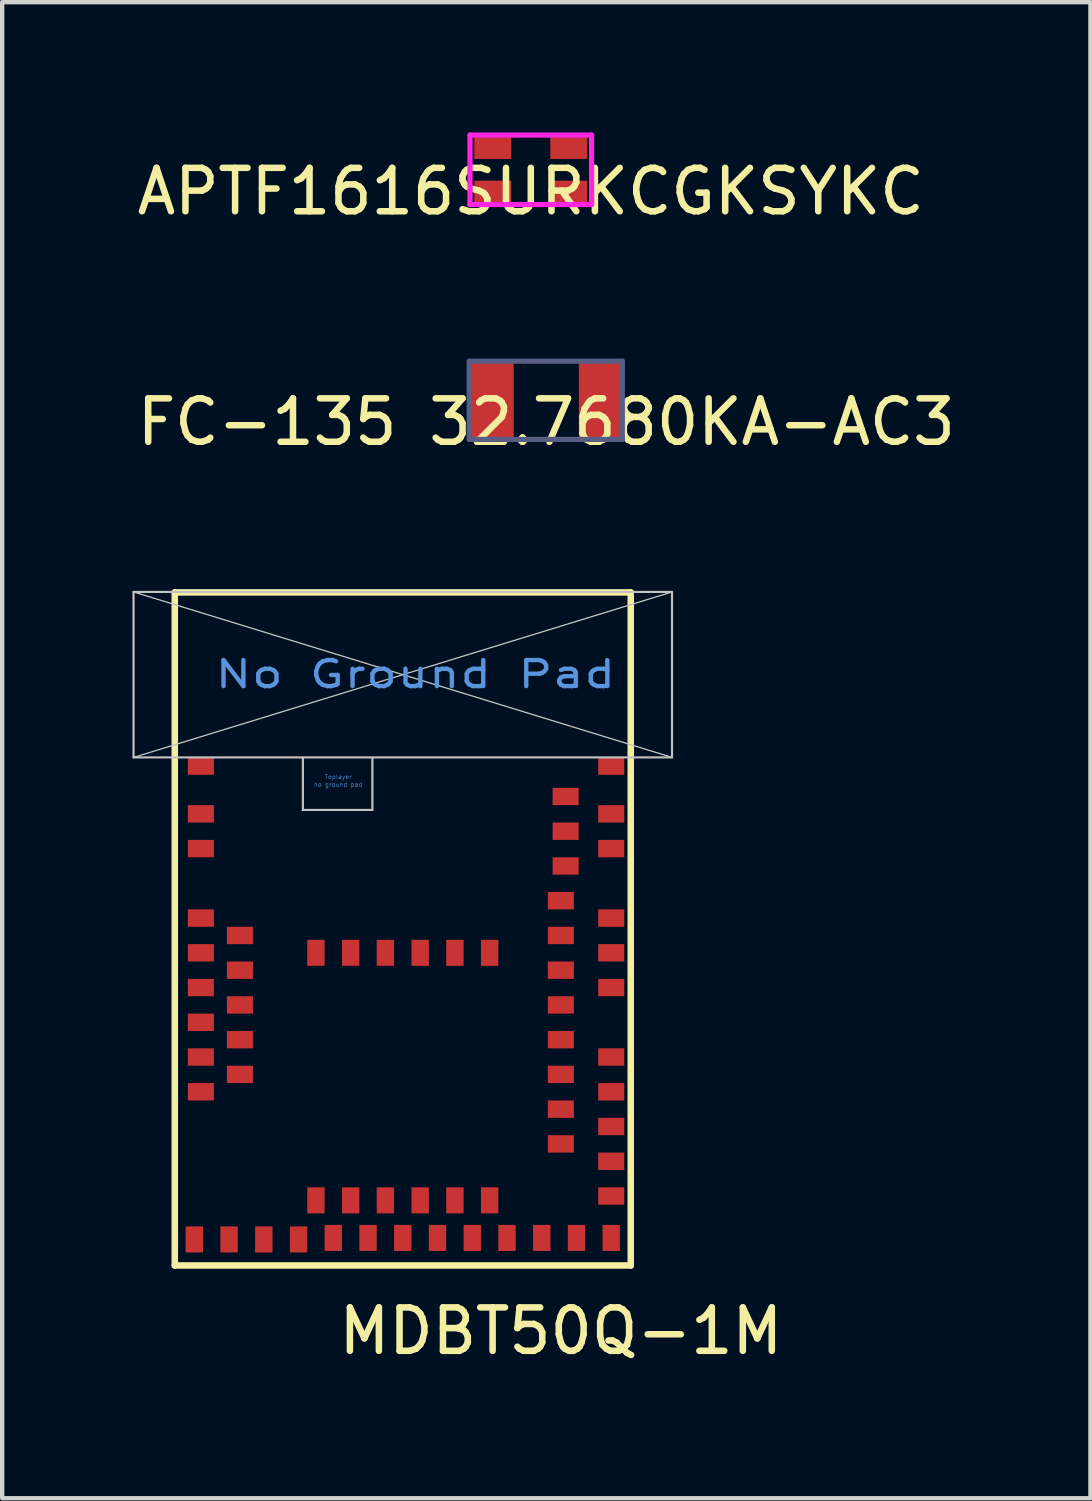
<source format=kicad_pcb>
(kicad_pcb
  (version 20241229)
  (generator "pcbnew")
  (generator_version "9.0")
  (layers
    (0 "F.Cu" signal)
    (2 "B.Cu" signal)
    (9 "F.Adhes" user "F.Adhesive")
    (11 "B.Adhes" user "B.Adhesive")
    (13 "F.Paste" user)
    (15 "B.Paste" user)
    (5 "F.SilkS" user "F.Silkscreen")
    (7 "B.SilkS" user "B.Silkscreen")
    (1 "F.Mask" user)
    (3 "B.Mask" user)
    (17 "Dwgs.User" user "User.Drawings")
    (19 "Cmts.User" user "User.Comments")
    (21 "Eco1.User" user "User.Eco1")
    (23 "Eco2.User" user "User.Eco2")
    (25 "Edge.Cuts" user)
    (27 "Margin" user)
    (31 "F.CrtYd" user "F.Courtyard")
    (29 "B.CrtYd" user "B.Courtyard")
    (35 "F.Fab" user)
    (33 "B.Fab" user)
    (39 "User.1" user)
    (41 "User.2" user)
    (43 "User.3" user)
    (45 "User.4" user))
  (footprint "FC-135 32.7680KA-AC3"
    (layer "F.Cu")
    (at 9.53 6.168)
    (property "Reference" "FC-135 32.7680KA-AC3" (at 0 0.5 0) (layer "F.SilkS") (effects (font (size 1 1) (thickness 0.15))))
    (attr through_hole)
    (fp_line (start -1.775 0.9) (end -1.775 -0.9) (stroke (width 0.12) (type solid)) (layer "B.Fab"))
    (fp_line (start -1.75 -0.9) (end 1.75 -0.9) (stroke (width 0.12) (type solid)) (layer "B.Fab"))
    (fp_line (start 1.75 -0.9) (end 1.75 0.9) (stroke (width 0.12) (type solid)) (layer "B.Fab"))
    (fp_line (start 1.75 0.9) (end -1.775 0.9) (stroke (width 0.12) (type solid)) (layer "B.Fab"))
    (pad "1" smd rect (at 1.25 0) (size 1 1.8) (layers "F.Cu" "F.Mask" "F.Paste"))
    (pad "2" smd rect (at -1.25 0) (size 1 1.8) (layers "F.Cu" "F.Mask" "F.Paste")))
  (footprint "MDBT50Q-1M"
    (layer "F.Cu")
    (at 0.975 26.091)
    (property "Reference" "MDBT50Q-1M" (at 8.89 1.51 0) (layer "F.SilkS") (effects (font (size 1 1) (thickness 0.15))))
    (attr through_hole)
    (fp_line (start 0 -15.5) (end 0 0) (stroke (width 0.15) (type solid)) (layer "F.SilkS"))
    (fp_line (start 0 -15.5) (end 10.5 -15.5) (stroke (width 0.15) (type solid)) (layer "F.SilkS"))
    (fp_line (start 0 0) (end 10.5 0) (stroke (width 0.15) (type solid)) (layer "F.SilkS"))
    (fp_line (start 10.5 -15.5) (end 10.5 0) (stroke (width 0.15) (type solid)) (layer "F.SilkS"))
    (fp_line (start -0.95 -15.51) (end 11.45 -15.51) (stroke (width 0.05) (type solid)) (layer "Dwgs.User"))
    (fp_line (start -0.95 -11.7) (end -0.95 -15.51) (stroke (width 0.05) (type solid)) (layer "Dwgs.User"))
    (fp_line (start 2.95 -11.69) (end 2.95 -10.49) (stroke (width 0.05) (type solid)) (layer "Dwgs.User"))
    (fp_line (start 2.95 -10.49) (end 4.55 -10.49) (stroke (width 0.05) (type solid)) (layer "Dwgs.User"))
    (fp_line (start 4.55 -11.69) (end 4.55 -10.49) (stroke (width 0.05) (type solid)) (layer "Dwgs.User"))
    (fp_line (start 11.45 -15.51) (end -0.95 -11.7) (stroke (width 0.03) (type solid)) (layer "Dwgs.User"))
    (fp_line (start 11.45 -11.7) (end -0.95 -15.51) (stroke (width 0.03) (type solid)) (layer "Dwgs.User"))
    (fp_line (start 11.45 -11.7) (end -0.95 -11.7) (stroke (width 0.05) (type solid)) (layer "Dwgs.User"))
    (fp_line (start 11.45 -11.7) (end 11.45 -15.51) (stroke (width 0.05) (type solid)) (layer "Dwgs.User"))
    (fp_text user "No Ground Pad" (at 5.541 -13.614 0) (layer "Cmts.User") (effects (font (size 0.6 0.8) (thickness 0.1))))
    (fp_text user "no ground pad" (at 3.763 -11.074 0) (layer "Cmts.User") (effects (font (size 0.1 0.1) (thickness 0.01))))
    (fp_text user "Toplayer" (at 3.763 -11.252 0) (layer "Cmts.User") (effects (font (size 0.1 0.1) (thickness 0.01))))
    (pad "1" smd rect (at 0.6 -11.5) (size 0.6 0.4) (layers "F.Cu" "F.Mask" "F.Paste"))
    (pad "2" smd rect (at 0.6 -10.4) (size 0.6 0.4) (layers "F.Cu" "F.Mask" "F.Paste"))
    (pad "3" smd rect (at 0.6 -9.6) (size 0.6 0.4) (layers "F.Cu" "F.Mask" "F.Paste"))
    (pad "4" smd rect (at 0.6 -8) (size 0.6 0.4) (layers "F.Cu" "F.Mask" "F.Paste"))
    (pad "5" smd rect (at 1.5 -7.6) (size 0.6 0.4) (layers "F.Cu" "F.Mask" "F.Paste"))
    (pad "6" smd rect (at 0.6 -7.2) (size 0.6 0.4) (layers "F.Cu" "F.Mask" "F.Paste"))
    (pad "7" smd rect (at 1.5 -6.8) (size 0.6 0.4) (layers "F.Cu" "F.Mask" "F.Paste"))
    (pad "8" smd rect (at 0.6 -6.4) (size 0.6 0.4) (layers "F.Cu" "F.Mask" "F.Paste"))
    (pad "9" smd rect (at 1.5 -6) (size 0.6 0.4) (layers "F.Cu" "F.Mask" "F.Paste"))
    (pad "10" smd rect (at 0.6 -5.6) (size 0.6 0.4) (layers "F.Cu" "F.Mask" "F.Paste"))
    (pad "11" smd rect (at 1.5 -5.2) (size 0.6 0.4) (layers "F.Cu" "F.Mask" "F.Paste"))
    (pad "12" smd rect (at 0.6 -4.8) (size 0.6 0.4) (layers "F.Cu" "F.Mask" "F.Paste"))
    (pad "13" smd rect (at 1.5 -4.4) (size 0.6 0.4) (layers "F.Cu" "F.Mask" "F.Paste"))
    (pad "14" smd rect (at 0.6 -4) (size 0.6 0.4) (layers "F.Cu" "F.Mask" "F.Paste"))
    (pad "15" smd rect (at 0.45 -0.6 90) (size 0.6 0.4) (layers "F.Cu" "F.Mask" "F.Paste"))
    (pad "16" smd rect (at 1.25 -0.6 90) (size 0.6 0.4) (layers "F.Cu" "F.Mask" "F.Paste"))
    (pad "17" smd rect (at 2.05 -0.6 90) (size 0.6 0.4) (layers "F.Cu" "F.Mask" "F.Paste"))
    (pad "18" smd rect (at 2.85 -0.6 90) (size 0.6 0.4) (layers "F.Cu" "F.Mask" "F.Paste"))
    (pad "19" smd rect (at 3.25 -1.5 90) (size 0.6 0.4) (layers "F.Cu" "F.Mask" "F.Paste"))
    (pad "20" smd rect (at 3.65 -0.635 90) (size 0.6 0.4) (layers "F.Cu" "F.Mask" "F.Paste"))
    (pad "21" smd rect (at 4.05 -1.5 90) (size 0.6 0.4) (layers "F.Cu" "F.Mask" "F.Paste"))
    (pad "22" smd rect (at 4.45 -0.635 90) (size 0.6 0.4) (layers "F.Cu" "F.Mask" "F.Paste"))
    (pad "23" smd rect (at 4.85 -1.5 90) (size 0.6 0.4) (layers "F.Cu" "F.Mask" "F.Paste"))
    (pad "24" smd rect (at 5.25 -0.635 90) (size 0.6 0.4) (layers "F.Cu" "F.Mask" "F.Paste"))
    (pad "25" smd rect (at 5.65 -1.5 90) (size 0.6 0.4) (layers "F.Cu" "F.Mask" "F.Paste"))
    (pad "26" smd rect (at 6.05 -0.635 90) (size 0.6 0.4) (layers "F.Cu" "F.Mask" "F.Paste"))
    (pad "27" smd rect (at 6.45 -1.5 90) (size 0.6 0.4) (layers "F.Cu" "F.Mask" "F.Paste"))
    (pad "28" smd rect (at 6.85 -0.635 90) (size 0.6 0.4) (layers "F.Cu" "F.Mask" "F.Paste"))
    (pad "29" smd rect (at 7.25 -1.5 90) (size 0.6 0.4) (layers "F.Cu" "F.Mask" "F.Paste"))
    (pad "30" smd rect (at 7.65 -0.635 90) (size 0.6 0.4) (layers "F.Cu" "F.Mask" "F.Paste"))
    (pad "31" smd rect (at 8.45 -0.635 90) (size 0.6 0.4) (layers "F.Cu" "F.Mask" "F.Paste"))
    (pad "32" smd rect (at 9.25 -0.635 90) (size 0.6 0.4) (layers "F.Cu" "F.Mask" "F.Paste"))
    (pad "33" smd rect (at 10.05 -0.635 90) (size 0.6 0.4) (layers "F.Cu" "F.Mask" "F.Paste"))
    (pad "34" smd rect (at 10.05 -1.6) (size 0.6 0.4) (layers "F.Cu" "F.Mask" "F.Paste"))
    (pad "35" smd rect (at 10.05 -2.4) (size 0.6 0.4) (layers "F.Cu" "F.Mask" "F.Paste"))
    (pad "36" smd rect (at 8.89 -2.8) (size 0.6 0.4) (layers "F.Cu" "F.Mask" "F.Paste"))
    (pad "37" smd rect (at 10.05 -3.2) (size 0.6 0.4) (layers "F.Cu" "F.Mask" "F.Paste"))
    (pad "38" smd rect (at 8.89 -3.6) (size 0.6 0.4) (layers "F.Cu" "F.Mask" "F.Paste"))
    (pad "39" smd rect (at 10.05 -4) (size 0.6 0.4) (layers "F.Cu" "F.Mask" "F.Paste"))
    (pad "40" smd rect (at 8.89 -4.4) (size 0.6 0.4) (layers "F.Cu" "F.Mask" "F.Paste"))
    (pad "41" smd rect (at 10.05 -4.8) (size 0.6 0.4) (layers "F.Cu" "F.Mask" "F.Paste"))
    (pad "42" smd rect (at 8.89 -5.2) (size 0.6 0.4) (layers "F.Cu" "F.Mask" "F.Paste"))
    (pad "43" smd rect (at 8.89 -6) (size 0.6 0.4) (layers "F.Cu" "F.Mask" "F.Paste"))
    (pad "44" smd rect (at 10.05 -6.4) (size 0.6 0.4) (layers "F.Cu" "F.Mask" "F.Paste"))
    (pad "45" smd rect (at 8.89 -6.8) (size 0.6 0.4) (layers "F.Cu" "F.Mask" "F.Paste"))
    (pad "46" smd rect (at 10.05 -7.2) (size 0.6 0.4) (layers "F.Cu" "F.Mask" "F.Paste"))
    (pad "47" smd rect (at 8.89 -7.6) (size 0.6 0.4) (layers "F.Cu" "F.Mask" "F.Paste"))
    (pad "48" smd rect (at 10.05 -8) (size 0.6 0.4) (layers "F.Cu" "F.Mask" "F.Paste"))
    (pad "49" smd rect (at 8.89 -8.4) (size 0.6 0.4) (layers "F.Cu" "F.Mask" "F.Paste"))
    (pad "50" smd rect (at 9 -9.2) (size 0.6 0.4) (layers "F.Cu" "F.Mask" "F.Paste"))
    (pad "51" smd rect (at 10.05 -9.6) (size 0.6 0.4) (layers "F.Cu" "F.Mask" "F.Paste"))
    (pad "52" smd rect (at 9 -10) (size 0.6 0.4) (layers "F.Cu" "F.Mask" "F.Paste"))
    (pad "53" smd rect (at 10.05 -10.4) (size 0.6 0.4) (layers "F.Cu" "F.Mask" "F.Paste"))
    (pad "54" smd rect (at 9 -10.8) (size 0.6 0.4) (layers "F.Cu" "F.Mask" "F.Paste"))
    (pad "55" smd rect (at 10.05 -11.5) (size 0.6 0.4) (layers "F.Cu" "F.Mask" "F.Paste"))
    (pad "56" smd rect (at 3.25 -7.2 90) (size 0.6 0.4) (layers "F.Cu" "F.Mask" "F.Paste"))
    (pad "57" smd rect (at 4.05 -7.2 90) (size 0.6 0.4) (layers "F.Cu" "F.Mask" "F.Paste"))
    (pad "58" smd rect (at 4.85 -7.2 90) (size 0.6 0.4) (layers "F.Cu" "F.Mask" "F.Paste"))
    (pad "59" smd rect (at 5.65 -7.2 90) (size 0.6 0.4) (layers "F.Cu" "F.Mask" "F.Paste"))
    (pad "60" smd rect (at 6.45 -7.2 90) (size 0.6 0.4) (layers "F.Cu" "F.Mask" "F.Paste"))
    (pad "61" smd rect (at 7.25 -7.2 90) (size 0.6 0.4) (layers "F.Cu" "F.Mask" "F.Paste")))
  (footprint "APTF1616SURKCGKSYKC"
    (layer "F.Cu")
    (at 9.173 0.86)
    (property "Reference" "APTF1616SURKCGKSYKC" (at 0 0.5 0) (layer "F.SilkS") (effects (font (size 1 1) (thickness 0.15))))
    (attr through_hole)
    (fp_line (start -1.4 -0.8) (end -1.4 0.8) (stroke (width 0.12) (type solid)) (layer "F.CrtYd"))
    (fp_line (start -1.4 0.8) (end 1.4 0.8) (stroke (width 0.12) (type solid)) (layer "F.CrtYd"))
    (fp_line (start 1.4 -0.8) (end -1.4 -0.8) (stroke (width 0.12) (type solid)) (layer "F.CrtYd"))
    (fp_line (start 1.4 0.8) (end 1.4 -0.8) (stroke (width 0.12) (type solid)) (layer "F.CrtYd"))
    (pad "1" smd rect (at 0.875 -0.5) (size 0.85 0.5) (layers "F.Cu" "F.Mask" "F.Paste"))
    (pad "2" smd rect (at -0.875 -0.5) (size 0.85 0.5) (layers "F.Cu" "F.Mask" "F.Paste"))
    (pad "3" smd rect (at -0.875 0.5) (size 0.85 0.5) (layers "F.Cu" "F.Mask" "F.Paste"))
    (pad "4" smd rect (at 0.875 0.5) (size 0.85 0.5) (layers "F.Cu" "F.Mask" "F.Paste")))
  (gr_rect
    (start -3 -3)
    (end 22.06 31.45)
    (stroke (width 0.1) (type default))
    (fill no)
    (layer "Edge.Cuts")))
</source>
